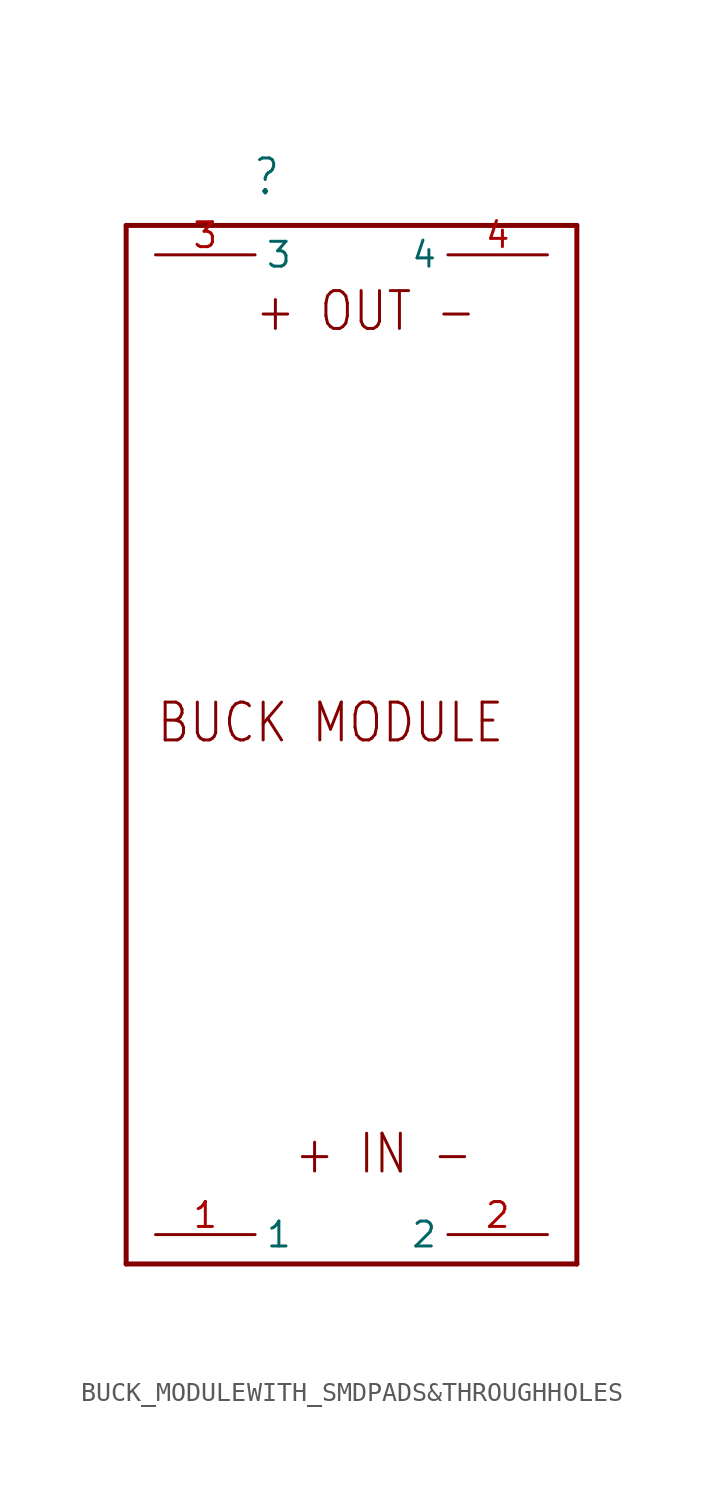
<source format=kicad_sym>
(kicad_symbol_lib
  (version 20211014)
  (generator kicad_symbol_editor)
  (symbol "BUCK_MODULEWITH_SMDPADS&THROUGHHOLES"
    (property "Reference" ""
      (at -5.08 27.94 0)
      (effects (font (size 1.778 1.511)) (justify left bottom)))
    (property "ki_locked" ""
      (at 0 0 0)
      (effects (font (size 1.27 1.27))))
    (symbol "BUCK_MODULEWITH_SMDPADS&THROUGHHOLES_1_0"
      (polyline (pts (xy -11.5 -26.5) (xy -11.5 26.5)) (stroke (width 0.254) (type default) (color 0 0 0 0)) (fill (type none)))
      (polyline (pts (xy -11.5 26.5) (xy 11.5 26.5)) (stroke (width 0.254) (type default) (color 0 0 0 0)) (fill (type none)))
      (polyline (pts (xy 11.5 -26.5) (xy -11.5 -26.5)) (stroke (width 0.254) (type default) (color 0 0 0 0)) (fill (type none)))
      (polyline (pts (xy 11.5 26.5) (xy 11.5 -26.5)) (stroke (width 0.254) (type default) (color 0 0 0 0)) (fill (type none)))
      (text "+ IN -" (at -3 -22 0) (effects (font (size 1.93 1.641)) (justify left bottom)))
      (text "+ OUT -" (at -5 21 0) (effects (font (size 1.93 1.641)) (justify left bottom)))
      (text "BUCK MODULE" (at -10 0 0) (effects (font (size 1.93 1.641)) (justify left bottom)))
      (pin bidirectional line (at -10 -25 0) (length 5.08) (name "1" (effects (font (size 1.27 1.27)))) (number "1" (effects (font (size 1.27 1.27)))))
      (pin bidirectional line (at 10 -25 180) (length 5.08) (name "2" (effects (font (size 1.27 1.27)))) (number "2" (effects (font (size 1.27 1.27)))))
      (pin bidirectional line (at -10 25 0) (length 5.08) (name "3" (effects (font (size 1.27 1.27)))) (number "3" (effects (font (size 1.27 1.27)))))
      (pin bidirectional line (at 10 25 180) (length 5.08) (name "4" (effects (font (size 1.27 1.27)))) (number "4" (effects (font (size 1.27 1.27))))))))
</source>
